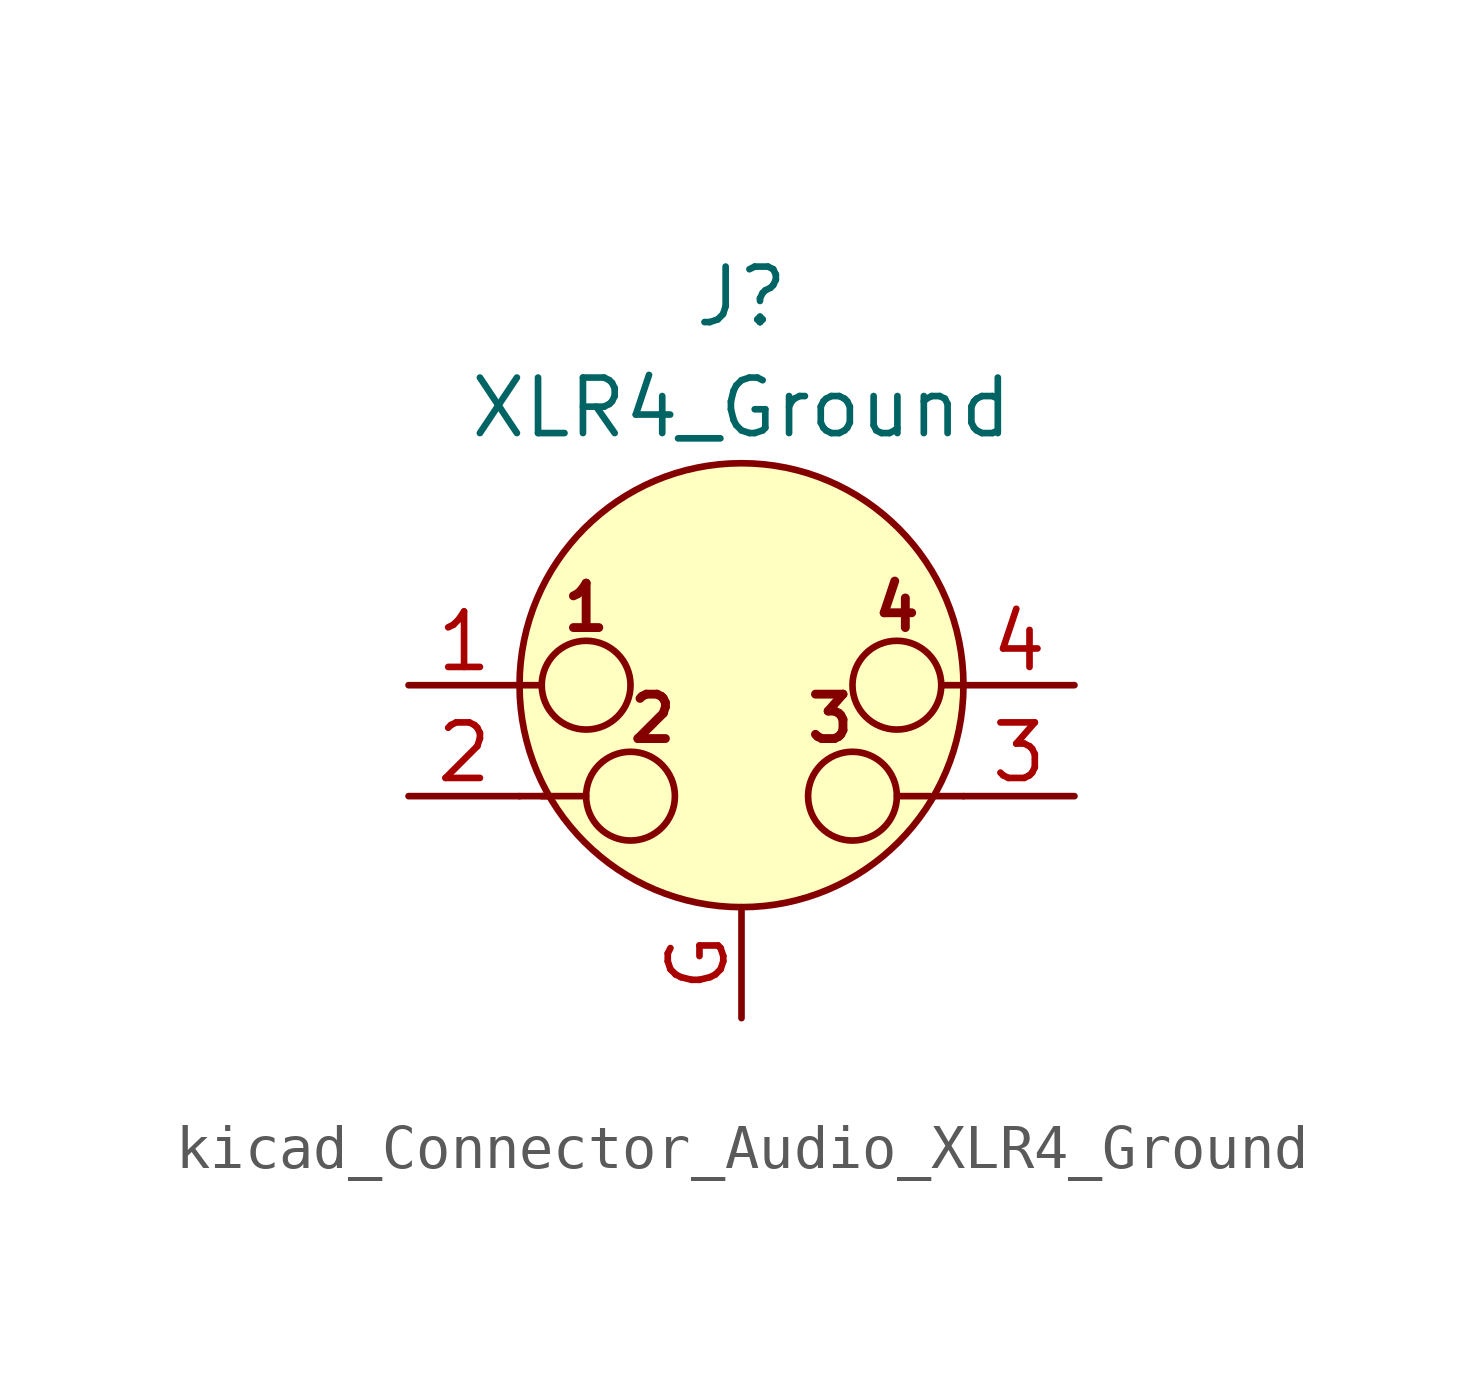
<source format=kicad_sym>
(kicad_symbol_lib
  (version 20220914)
  (generator kicad_symbol_editor)
  (symbol "kicad_Connector_Audio_XLR4_Ground"
    (pin_names hide)
    (property "Reference" "J"
      (at 0 8.89 0)
      (effects (font (size 1.27 1.27))))
    (property "Value" "XLR4_Ground"
      (at 0 6.35 0)
      (effects (font (size 1.27 1.27))))
    (symbol "kicad_Connector_Audio_XLR4_Ground_0_1"
      (circle (center -3.556 0) (radius 1.016) (stroke (width 0) (type default)) (fill (type none)))
      (circle (center -2.54 -2.54) (radius 1.016) (stroke (width 0) (type default)) (fill (type none)))
      (polyline (pts (xy -5.08 -2.54) (xy -4.445 -2.54)) (stroke (width 0) (type default)) (fill (type none)))
      (polyline (pts (xy -5.08 0) (xy -4.572 0)) (stroke (width 0) (type default)) (fill (type none)))
      (polyline (pts (xy -4.572 -2.54) (xy -3.556 -2.54)) (stroke (width 0) (type default)) (fill (type none)))
      (polyline (pts (xy 4.318 -2.54) (xy 3.556 -2.54)) (stroke (width 0) (type default)) (fill (type none)))
      (polyline (pts (xy 5.08 -2.54) (xy 4.445 -2.54)) (stroke (width 0) (type default)) (fill (type none)))
      (polyline (pts (xy 5.08 0) (xy 4.572 0)) (stroke (width 0) (type default)) (fill (type none)))
      (circle (center 0 0) (radius 5.08) (stroke (width 0) (type default)) (fill (type background)))
      (circle (center 2.54 -2.54) (radius 1.016) (stroke (width 0) (type default)) (fill (type none)))
      (circle (center 3.556 0) (radius 1.016) (stroke (width 0) (type default)) (fill (type none)))
      (text "1" (at -3.556 1.778 0) (effects (font (size 1.016 1.016) bold)))
      (text "2" (at -2.032 -0.762 0) (effects (font (size 1.016 1.016) bold)))
      (text "3" (at 2.032 -0.762 0) (effects (font (size 1.016 1.016) bold)))
      (text "4" (at 3.556 1.778 0) (effects (font (size 1.016 1.016) bold))))
    (symbol "kicad_Connector_Audio_XLR4_Ground_1_1"
      (pin passive line (at -7.62 0 0) (length 2.54) (name "~" (effects (font (size 1.27 1.27)))) (number "1" (effects (font (size 1.27 1.27)))))
      (pin passive line (at -7.62 -2.54 0) (length 2.54) (name "~" (effects (font (size 1.27 1.27)))) (number "2" (effects (font (size 1.27 1.27)))))
      (pin passive line (at 7.62 -2.54 180) (length 2.54) (name "~" (effects (font (size 1.27 1.27)))) (number "3" (effects (font (size 1.27 1.27)))))
      (pin passive line (at 7.62 0 180) (length 2.54) (name "~" (effects (font (size 1.27 1.27)))) (number "4" (effects (font (size 1.27 1.27)))))
      (pin passive line (at 0 -7.62 90) (length 2.54) (name "~" (effects (font (size 1.27 1.27)))) (number "G" (effects (font (size 1.27 1.27))))))))
</source>
